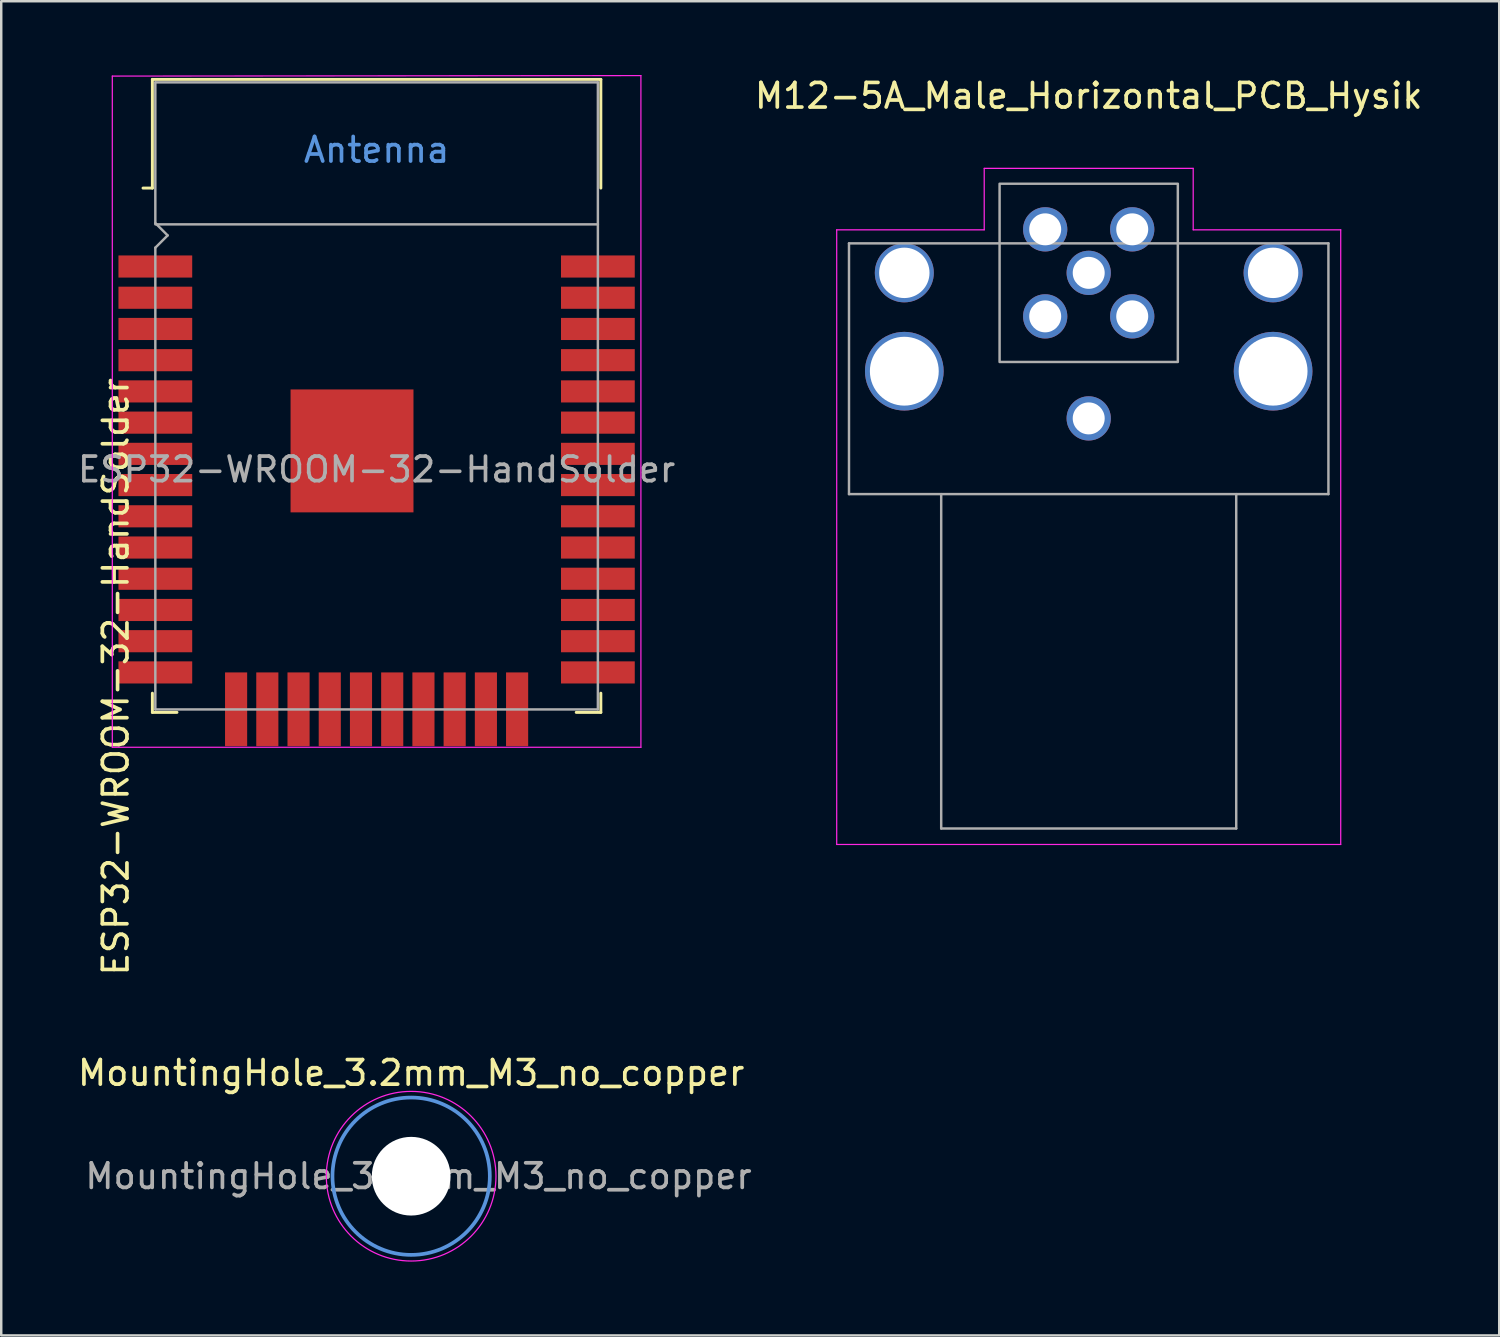
<source format=kicad_pcb>
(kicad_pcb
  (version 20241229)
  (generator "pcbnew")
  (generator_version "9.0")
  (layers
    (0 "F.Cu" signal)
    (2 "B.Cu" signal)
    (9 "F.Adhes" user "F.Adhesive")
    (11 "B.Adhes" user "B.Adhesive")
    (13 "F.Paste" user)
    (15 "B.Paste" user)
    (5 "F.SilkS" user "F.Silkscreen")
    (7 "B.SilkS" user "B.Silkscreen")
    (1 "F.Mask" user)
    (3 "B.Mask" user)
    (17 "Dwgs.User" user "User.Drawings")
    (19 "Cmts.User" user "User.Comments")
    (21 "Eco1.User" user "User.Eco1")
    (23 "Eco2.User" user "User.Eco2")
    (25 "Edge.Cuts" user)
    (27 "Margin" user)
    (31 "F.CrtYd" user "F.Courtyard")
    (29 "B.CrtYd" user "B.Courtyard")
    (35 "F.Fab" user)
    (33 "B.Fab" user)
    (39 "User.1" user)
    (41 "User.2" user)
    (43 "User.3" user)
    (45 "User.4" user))
  (footprint "MountingHole_3.2mm_M3_no_copper"
    (layer "F.Cu")
    (at 13.673 44.791)
    (property "Reference" "MountingHole_3.2mm_M3_no_copper" (at 0 -4.2 0) (layer "F.SilkS") (effects (font (size 1 1) (thickness 0.15))))
    (attr exclude_from_pos_files exclude_from_bom)
    (fp_circle (center 0 0) (end 3.2 0) (stroke (width 0.15) (type solid)) (fill no) (layer "Cmts.User"))
    (fp_circle (center 0 0) (end 3.45 0) (stroke (width 0.05) (type solid)) (fill no) (layer "F.CrtYd"))
    (fp_text user "${REFERENCE}" (at 0.3 0 0) (layer "F.Fab") (effects (font (size 1 1) (thickness 0.15))))
    (pad "" np_thru_hole circle (at 0 0) (size 3.2 3.2) (drill 3.2) (layers "*.Cu" "*.Mask")))
  (footprint "M12-5A_Male_Horizontal_PCB_Hysik"
    (layer "F.Cu")
    (at 41.232 12.048)
    (property "Reference" "M12-5A_Male_Horizontal_PCB_Hysik" (at 0 -11.2 0) (layer "F.SilkS") (effects (font (size 1 1) (thickness 0.15))))
    (attr through_hole)
    (fp_line (start -10.25 -5.75) (end -10.25 19.25) (stroke (width 0.05) (type solid)) (layer "F.CrtYd"))
    (fp_line (start -10.25 19.25) (end 10.25 19.25) (stroke (width 0.05) (type solid)) (layer "F.CrtYd"))
    (fp_line (start -4.25 -8.25) (end -4.25 -5.75) (stroke (width 0.05) (type solid)) (layer "F.CrtYd"))
    (fp_line (start -4.25 -5.75) (end -10.25 -5.75) (stroke (width 0.05) (type solid)) (layer "F.CrtYd"))
    (fp_line (start 4.25 -8.25) (end -4.25 -8.25) (stroke (width 0.05) (type solid)) (layer "F.CrtYd"))
    (fp_line (start 4.25 -5.75) (end 4.25 -8.25) (stroke (width 0.05) (type solid)) (layer "F.CrtYd"))
    (fp_line (start 10.25 -5.75) (end 4.25 -5.75) (stroke (width 0.05) (type solid)) (layer "F.CrtYd"))
    (fp_line (start 10.25 19.25) (end 10.25 -5.75) (stroke (width 0.05) (type solid)) (layer "F.CrtYd"))
    (fp_line (start -9.75 -5.2) (end -9.75 5) (stroke (width 0.1) (type solid)) (layer "F.Fab"))
    (fp_line (start -9.75 -5.2) (end 9.75 -5.2) (stroke (width 0.1) (type solid)) (layer "F.Fab"))
    (fp_line (start -9.75 5) (end 9.75 5) (stroke (width 0.1) (type solid)) (layer "F.Fab"))
    (fp_line (start -6 18.6) (end -6 5) (stroke (width 0.1) (type solid)) (layer "F.Fab"))
    (fp_line (start -6 18.6) (end 6 18.6) (stroke (width 0.1) (type solid)) (layer "F.Fab"))
    (fp_line (start 6 18.6) (end 6 5) (stroke (width 0.1) (type solid)) (layer "F.Fab"))
    (fp_line (start 9.75 5) (end 9.75 -5.2) (stroke (width 0.1) (type solid)) (layer "F.Fab"))
    (fp_rect (start -3.625 -7.625) (end 3.625 -0.375) (stroke (width 0.1) (type solid)) (fill no) (layer "F.Fab"))
    (pad "" np_thru_hole circle (at -7.5 -4) (size 2.4 2.4) (drill 2.05) (layers "*.Cu" "*.Mask"))
    (pad "" np_thru_hole circle (at -7.5 0) (size 3.2 3.2) (drill 2.8) (layers "*.Cu" "*.Mask"))
    (pad "" np_thru_hole circle (at 0 1.92) (size 1.8 1.8) (drill 1.3) (layers "*.Cu" "*.Mask"))
    (pad "" np_thru_hole circle (at 7.5 -4) (size 2.4 2.4) (drill 2.05) (layers "*.Cu" "*.Mask"))
    (pad "" np_thru_hole circle (at 7.5 0) (size 3.2 3.2) (drill 2.8) (layers "*.Cu" "*.Mask"))
    (pad "1" thru_hole circle (at 1.77 -5.77) (size 1.8 1.8) (drill 1.3) (layers "*.Cu" "*.Mask"))
    (pad "2" thru_hole circle (at -1.77 -5.77) (size 1.8 1.8) (drill 1.3) (layers "*.Cu" "*.Mask"))
    (pad "3" thru_hole circle (at -1.77 -2.23) (size 1.8 1.8) (drill 1.3) (layers "*.Cu" "*.Mask"))
    (pad "4" thru_hole circle (at 1.77 -2.23) (size 1.8 1.8) (drill 1.3) (layers "*.Cu" "*.Mask"))
    (pad "5" thru_hole circle (at 0 -4) (size 1.8 1.8) (drill 1.3) (layers "*.Cu" "*.Mask")))
  (footprint "ESP32-WROOM-32-HandSolder"
    (layer "F.Cu")
    (at 12.268 16.045)
    (property "Reference" "ESP32-WROOM-32-HandSolder" (at -10.61 8.43 90) (layer "F.SilkS") (effects (font (size 1 1) (thickness 0.15))))
    (attr smd)
    (fp_line (start -9.12 -15.865) (end -9.12 -11.445) (stroke (width 0.12) (type solid)) (layer "F.SilkS"))
    (fp_line (start -9.12 -15.865) (end 9.12 -15.865) (stroke (width 0.12) (type solid)) (layer "F.SilkS"))
    (fp_line (start -9.12 -11.445) (end -9.5 -11.445) (stroke (width 0.12) (type solid)) (layer "F.SilkS"))
    (fp_line (start -9.12 9.1) (end -9.12 9.88) (stroke (width 0.12) (type solid)) (layer "F.SilkS"))
    (fp_line (start -9.12 9.88) (end -8.12 9.88) (stroke (width 0.12) (type solid)) (layer "F.SilkS"))
    (fp_line (start 9.12 -15.865) (end 9.12 -11.445) (stroke (width 0.12) (type solid)) (layer "F.SilkS"))
    (fp_line (start 9.12 9.1) (end 9.12 9.88) (stroke (width 0.12) (type solid)) (layer "F.SilkS"))
    (fp_line (start 9.12 9.88) (end 8.12 9.88) (stroke (width 0.12) (type solid)) (layer "F.SilkS"))
    (fp_line (start -10.75 -16) (end 10.75 -16.02) (stroke (width 0.05) (type solid)) (layer "F.CrtYd"))
    (fp_line (start -10.75 11.3) (end -10.75 -16) (stroke (width 0.05) (type solid)) (layer "F.CrtYd"))
    (fp_line (start -10.75 11.3) (end 10.75 11.3) (stroke (width 0.05) (type solid)) (layer "F.CrtYd"))
    (fp_line (start 10.75 -16.02) (end 10.75 11.3) (stroke (width 0.05) (type solid)) (layer "F.CrtYd"))
    (fp_line (start -9 -15.745) (end -9 -10.02) (stroke (width 0.1) (type solid)) (layer "F.Fab"))
    (fp_line (start -9 -15.745) (end 9 -15.745) (stroke (width 0.1) (type solid)) (layer "F.Fab"))
    (fp_line (start -9 -9.02) (end -9 9.76) (stroke (width 0.1) (type solid)) (layer "F.Fab"))
    (fp_line (start -9 -9.02) (end -8.5 -9.52) (stroke (width 0.1) (type solid)) (layer "F.Fab"))
    (fp_line (start -9 9.76) (end 9 9.76) (stroke (width 0.1) (type solid)) (layer "F.Fab"))
    (fp_line (start -8.5 -9.52) (end -9 -10.02) (stroke (width 0.1) (type solid)) (layer "F.Fab"))
    (fp_line (start 9 -9.97) (end -9 -9.97) (stroke (width 0.1) (type solid)) (layer "F.Fab"))
    (fp_line (start 9 9.76) (end 9 -15.745) (stroke (width 0.1) (type solid)) (layer "F.Fab"))
    (fp_text user "Antenna" (at 0 -13 0) (layer "Cmts.User") (effects (font (size 1 1) (thickness 0.15))))
    (fp_text user "${REFERENCE}" (at 0 0 0) (layer "F.Fab") (effects (font (size 1 1) (thickness 0.15))))
    (pad "1" smd rect (at -9 -8.255) (size 3 0.9) (layers "F.Cu" "F.Mask" "F.Paste"))
    (pad "2" smd rect (at -9 -6.985) (size 3 0.9) (layers "F.Cu" "F.Mask" "F.Paste"))
    (pad "3" smd rect (at -9 -5.715) (size 3 0.9) (layers "F.Cu" "F.Mask" "F.Paste"))
    (pad "4" smd rect (at -9 -4.445) (size 3 0.9) (layers "F.Cu" "F.Mask" "F.Paste"))
    (pad "5" smd rect (at -9 -3.175) (size 3 0.9) (layers "F.Cu" "F.Mask" "F.Paste"))
    (pad "6" smd rect (at -9 -1.905) (size 3 0.9) (layers "F.Cu" "F.Mask" "F.Paste"))
    (pad "7" smd rect (at -9 -0.635) (size 3 0.9) (layers "F.Cu" "F.Mask" "F.Paste"))
    (pad "8" smd rect (at -9 0.635) (size 3 0.9) (layers "F.Cu" "F.Mask" "F.Paste"))
    (pad "9" smd rect (at -9 1.905) (size 3 0.9) (layers "F.Cu" "F.Mask" "F.Paste"))
    (pad "10" smd rect (at -9 3.175) (size 3 0.9) (layers "F.Cu" "F.Mask" "F.Paste"))
    (pad "11" smd rect (at -9 4.445) (size 3 0.9) (layers "F.Cu" "F.Mask" "F.Paste"))
    (pad "12" smd rect (at -9 5.715) (size 3 0.9) (layers "F.Cu" "F.Mask" "F.Paste"))
    (pad "13" smd rect (at -9 6.985) (size 3 0.9) (layers "F.Cu" "F.Mask" "F.Paste"))
    (pad "14" smd rect (at -9 8.255) (size 3 0.9) (layers "F.Cu" "F.Mask" "F.Paste"))
    (pad "15" smd rect (at -5.715 9.755 90) (size 3 0.9) (layers "F.Cu" "F.Mask" "F.Paste"))
    (pad "16" smd rect (at -4.445 9.755 90) (size 3 0.9) (layers "F.Cu" "F.Mask" "F.Paste"))
    (pad "17" smd rect (at -3.175 9.755 90) (size 3 0.9) (layers "F.Cu" "F.Mask" "F.Paste"))
    (pad "18" smd rect (at -1.905 9.755 90) (size 3 0.9) (layers "F.Cu" "F.Mask" "F.Paste"))
    (pad "19" smd rect (at -0.635 9.755 90) (size 3 0.9) (layers "F.Cu" "F.Mask" "F.Paste"))
    (pad "20" smd rect (at 0.635 9.755 90) (size 3 0.9) (layers "F.Cu" "F.Mask" "F.Paste"))
    (pad "21" smd rect (at 1.905 9.755 90) (size 3 0.9) (layers "F.Cu" "F.Mask" "F.Paste"))
    (pad "22" smd rect (at 3.175 9.755 90) (size 3 0.9) (layers "F.Cu" "F.Mask" "F.Paste"))
    (pad "23" smd rect (at 4.445 9.755 90) (size 3 0.9) (layers "F.Cu" "F.Mask" "F.Paste"))
    (pad "24" smd rect (at 5.715 9.755 90) (size 3 0.9) (layers "F.Cu" "F.Mask" "F.Paste"))
    (pad "25" smd rect (at 9 8.255) (size 3 0.9) (layers "F.Cu" "F.Mask" "F.Paste"))
    (pad "26" smd rect (at 9 6.985) (size 3 0.9) (layers "F.Cu" "F.Mask" "F.Paste"))
    (pad "27" smd rect (at 9 5.715) (size 3 0.9) (layers "F.Cu" "F.Mask" "F.Paste"))
    (pad "28" smd rect (at 9 4.445) (size 3 0.9) (layers "F.Cu" "F.Mask" "F.Paste"))
    (pad "29" smd rect (at 9 3.175) (size 3 0.9) (layers "F.Cu" "F.Mask" "F.Paste"))
    (pad "30" smd rect (at 9 1.905) (size 3 0.9) (layers "F.Cu" "F.Mask" "F.Paste"))
    (pad "31" smd rect (at 9 0.635) (size 3 0.9) (layers "F.Cu" "F.Mask" "F.Paste"))
    (pad "32" smd rect (at 9 -0.635) (size 3 0.9) (layers "F.Cu" "F.Mask" "F.Paste"))
    (pad "33" smd rect (at 9 -1.905) (size 3 0.9) (layers "F.Cu" "F.Mask" "F.Paste"))
    (pad "34" smd rect (at 9 -3.175) (size 3 0.9) (layers "F.Cu" "F.Mask" "F.Paste"))
    (pad "35" smd rect (at 9 -4.445) (size 3 0.9) (layers "F.Cu" "F.Mask" "F.Paste"))
    (pad "36" smd rect (at 9 -5.715) (size 3 0.9) (layers "F.Cu" "F.Mask" "F.Paste"))
    (pad "37" smd rect (at 9 -6.985) (size 3 0.9) (layers "F.Cu" "F.Mask" "F.Paste"))
    (pad "38" smd rect (at 9 -8.255) (size 3 0.9) (layers "F.Cu" "F.Mask" "F.Paste"))
    (pad "39" smd rect (at -1 -0.755) (size 5 5) (layers "F.Cu" "F.Mask" "F.Paste")))
  (gr_rect
    (start -3 -3)
    (end 57.929 51.266)
    (stroke (width 0.1) (type default))
    (fill no)
    (layer "Edge.Cuts")))
</source>
